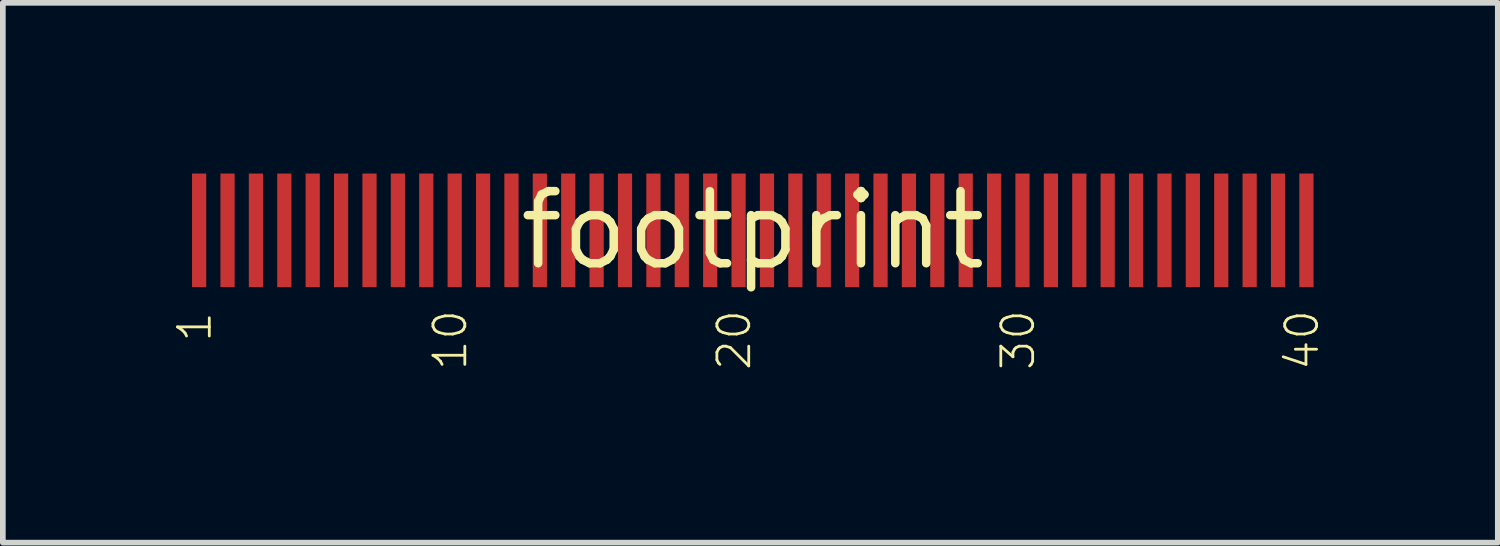
<source format=kicad_pcb>
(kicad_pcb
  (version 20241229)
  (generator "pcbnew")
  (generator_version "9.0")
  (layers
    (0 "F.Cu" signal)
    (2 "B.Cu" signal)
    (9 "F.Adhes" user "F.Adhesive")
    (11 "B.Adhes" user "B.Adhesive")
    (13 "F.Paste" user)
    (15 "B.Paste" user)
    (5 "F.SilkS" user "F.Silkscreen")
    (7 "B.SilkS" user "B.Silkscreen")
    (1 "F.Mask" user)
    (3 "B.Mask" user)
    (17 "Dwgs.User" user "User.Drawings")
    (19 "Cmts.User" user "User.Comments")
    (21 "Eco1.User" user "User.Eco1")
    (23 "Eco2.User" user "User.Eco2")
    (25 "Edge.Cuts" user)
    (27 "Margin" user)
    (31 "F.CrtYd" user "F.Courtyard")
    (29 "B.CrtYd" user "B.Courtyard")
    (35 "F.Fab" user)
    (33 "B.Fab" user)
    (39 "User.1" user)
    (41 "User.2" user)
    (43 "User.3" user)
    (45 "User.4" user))
  (footprint "footprint"
    (layer "F.Cu")
    (at 10.207 1.006)
    (property "Reference" "footprint" (at 0 0 0) (layer "F.SilkS") (effects (font (size 1.27 1.27) (thickness 0.15))))
    (fp_text user "1" (at -9.5 2 90) (layer "F.SilkS") (effects (font (size 0.561 0.561) (thickness 0.049)) (justify left bottom)))
    (fp_text user "10" (at -5 2.5 90) (layer "F.SilkS") (effects (font (size 0.561 0.561) (thickness 0.049)) (justify left bottom)))
    (fp_text user "40" (at 10 2.5 90) (layer "F.SilkS") (effects (font (size 0.561 0.561) (thickness 0.049)) (justify left bottom)))
    (fp_text user "30" (at 5 2.5 90) (layer "F.SilkS") (effects (font (size 0.561 0.561) (thickness 0.049)) (justify left bottom)))
    (fp_text user "20" (at 0 2.5 90) (layer "F.SilkS") (effects (font (size 0.561 0.561) (thickness 0.049)) (justify left bottom)))
    (pad "1" smd rect (at -9.75 0 90) (size 2 0.25) (layers "F.Cu" "F.Mask" "F.Paste"))
    (pad "2" smd rect (at -9.25 0 90) (size 2 0.25) (layers "F.Cu" "F.Mask" "F.Paste"))
    (pad "3" smd rect (at -8.75 0 90) (size 2 0.25) (layers "F.Cu" "F.Mask" "F.Paste"))
    (pad "4" smd rect (at -8.25 0 90) (size 2 0.25) (layers "F.Cu" "F.Mask" "F.Paste"))
    (pad "5" smd rect (at -7.75 0 90) (size 2 0.25) (layers "F.Cu" "F.Mask" "F.Paste"))
    (pad "6" smd rect (at -7.25 0 90) (size 2 0.25) (layers "F.Cu" "F.Mask" "F.Paste"))
    (pad "7" smd rect (at -6.75 0 90) (size 2 0.25) (layers "F.Cu" "F.Mask" "F.Paste"))
    (pad "8" smd rect (at -6.25 0 90) (size 2 0.25) (layers "F.Cu" "F.Mask" "F.Paste"))
    (pad "9" smd rect (at -5.75 0 90) (size 2 0.25) (layers "F.Cu" "F.Mask" "F.Paste"))
    (pad "10" smd rect (at -5.25 0 90) (size 2 0.25) (layers "F.Cu" "F.Mask" "F.Paste"))
    (pad "11" smd rect (at -4.75 0 90) (size 2 0.25) (layers "F.Cu" "F.Mask" "F.Paste"))
    (pad "12" smd rect (at -4.25 0 90) (size 2 0.25) (layers "F.Cu" "F.Mask" "F.Paste"))
    (pad "13" smd rect (at -3.75 0 90) (size 2 0.25) (layers "F.Cu" "F.Mask" "F.Paste"))
    (pad "14" smd rect (at -3.25 0 90) (size 2 0.25) (layers "F.Cu" "F.Mask" "F.Paste"))
    (pad "15" smd rect (at -2.75 0 90) (size 2 0.25) (layers "F.Cu" "F.Mask" "F.Paste"))
    (pad "16" smd rect (at -2.25 0 90) (size 2 0.25) (layers "F.Cu" "F.Mask" "F.Paste"))
    (pad "17" smd rect (at -1.75 0 90) (size 2 0.25) (layers "F.Cu" "F.Mask" "F.Paste"))
    (pad "18" smd rect (at -1.25 0 90) (size 2 0.25) (layers "F.Cu" "F.Mask" "F.Paste"))
    (pad "19" smd rect (at -0.75 0 90) (size 2 0.25) (layers "F.Cu" "F.Mask" "F.Paste"))
    (pad "20" smd rect (at -0.25 0 90) (size 2 0.25) (layers "F.Cu" "F.Mask" "F.Paste"))
    (pad "21" smd rect (at 0.25 0 90) (size 2 0.25) (layers "F.Cu" "F.Mask" "F.Paste"))
    (pad "22" smd rect (at 0.75 0 90) (size 2 0.25) (layers "F.Cu" "F.Mask" "F.Paste"))
    (pad "23" smd rect (at 1.25 0 90) (size 2 0.25) (layers "F.Cu" "F.Mask" "F.Paste"))
    (pad "24" smd rect (at 1.75 0 90) (size 2 0.25) (layers "F.Cu" "F.Mask" "F.Paste"))
    (pad "25" smd rect (at 2.25 0 90) (size 2 0.25) (layers "F.Cu" "F.Mask" "F.Paste"))
    (pad "26" smd rect (at 2.75 0 90) (size 2 0.25) (layers "F.Cu" "F.Mask" "F.Paste"))
    (pad "27" smd rect (at 3.25 0 90) (size 2 0.25) (layers "F.Cu" "F.Mask" "F.Paste"))
    (pad "28" smd rect (at 3.75 0 90) (size 2 0.25) (layers "F.Cu" "F.Mask" "F.Paste"))
    (pad "29" smd rect (at 4.25 0 90) (size 2 0.25) (layers "F.Cu" "F.Mask" "F.Paste"))
    (pad "30" smd rect (at 4.75 0 90) (size 2 0.25) (layers "F.Cu" "F.Mask" "F.Paste"))
    (pad "31" smd rect (at 5.25 0 90) (size 2 0.25) (layers "F.Cu" "F.Mask" "F.Paste"))
    (pad "32" smd rect (at 5.75 0 90) (size 2 0.25) (layers "F.Cu" "F.Mask" "F.Paste"))
    (pad "33" smd rect (at 6.25 0 90) (size 2 0.25) (layers "F.Cu" "F.Mask" "F.Paste"))
    (pad "34" smd rect (at 6.75 0 90) (size 2 0.25) (layers "F.Cu" "F.Mask" "F.Paste"))
    (pad "35" smd rect (at 7.25 0 90) (size 2 0.25) (layers "F.Cu" "F.Mask" "F.Paste"))
    (pad "36" smd rect (at 7.75 0 90) (size 2 0.25) (layers "F.Cu" "F.Mask" "F.Paste"))
    (pad "37" smd rect (at 8.25 0 90) (size 2 0.25) (layers "F.Cu" "F.Mask" "F.Paste"))
    (pad "38" smd rect (at 8.75 0 90) (size 2 0.25) (layers "F.Cu" "F.Mask" "F.Paste"))
    (pad "39" smd rect (at 9.25 0 90) (size 2 0.25) (layers "F.Cu" "F.Mask" "F.Paste"))
    (pad "40" smd rect (at 9.75 0 90) (size 2 0.25) (layers "F.Cu" "F.Mask" "F.Paste")))
  (gr_rect
    (start -3 -3)
    (end 23.327 6.506)
    (stroke (width 0.1) (type default))
    (fill no)
    (layer "Edge.Cuts")))
</source>
